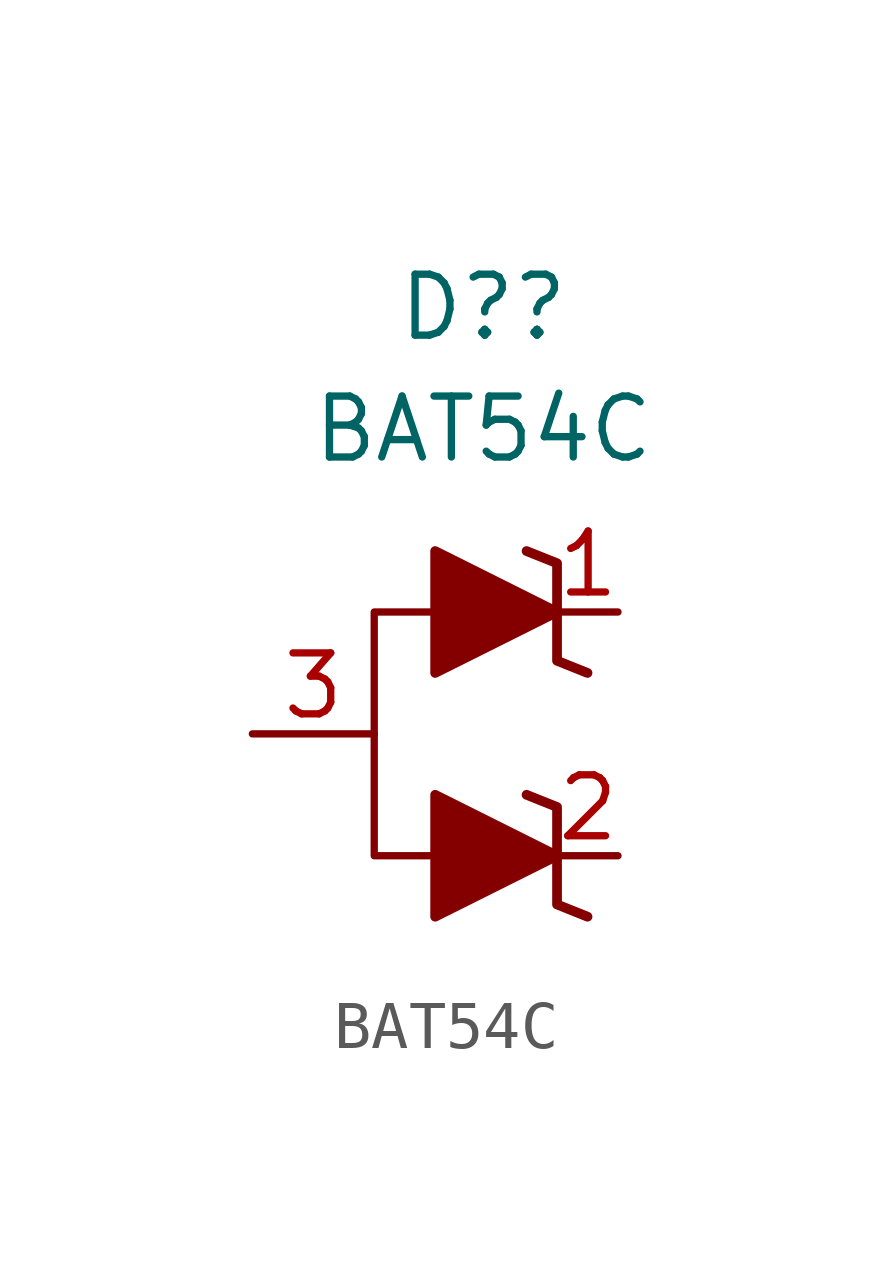
<source format=kicad_sym>
(kicad_symbol_lib
  (version 20211014)
  (generator kicad_symbol_editor)
  (symbol "BAT54C"
    (pin_names
      (offset 1.016) hide)
    (property "Reference" "D?"
      (at -0.267 6.35 0)
      (effects (font (size 1.27 1.27))))
    (property "Value" "BAT54C"
      (at -0.267 3.81 0)
      (effects (font (size 1.27 1.27))))
    (symbol "BAT54C_0_1"
      (polyline (pts (xy -1.27 0) (xy 1.27 0)) (stroke (width 0) (type default) (color 0 0 0 0)) (fill (type none)))
      (polyline (pts (xy -1.27 1.27) (xy -1.27 -1.27) (xy 1.27 0) (xy -1.27 1.27)) (stroke (width 0.203) (type default) (color 0 0 0 0)) (fill (type outline)))
      (polyline (pts (xy 0.635 1.27) (xy 1.27 1.016) (xy 1.27 -1.016) (xy 1.905 -1.27)) (stroke (width 0.203) (type default) (color 0 0 0 0)) (fill (type none)))
      (polyline (pts (xy -1.27 0) (xy -2.54 0) (xy -2.54 -2.54) (xy -2.54 -5.08) (xy -1.27 -5.08)) (stroke (width 0) (type default) (color 0 0 0 0)) (fill (type none))))
    (symbol "BAT54C_1_1"
      (polyline (pts (xy -1.27 -5.08) (xy 1.27 -5.08)) (stroke (width 0) (type default) (color 0 0 0 0)) (fill (type none)))
      (polyline (pts (xy -1.27 -3.81) (xy -1.27 -6.35) (xy 1.27 -5.08) (xy -1.27 -3.81)) (stroke (width 0.203) (type default) (color 0 0 0 0)) (fill (type outline)))
      (polyline (pts (xy 0.635 -3.81) (xy 1.27 -4.064) (xy 1.27 -6.096) (xy 1.905 -6.35)) (stroke (width 0.203) (type default) (color 0 0 0 0)) (fill (type none)))
      (pin passive line (at 2.54 0 180) (length 1.245) (name "A" (effects (font (size 1.27 1.27)))) (number "1" (effects (font (size 1.27 1.27)))))
      (pin passive line (at 2.54 -5.08 180) (length 1.245) (name "A" (effects (font (size 1.27 1.27)))) (number "2" (effects (font (size 1.27 1.27)))))
      (pin passive line (at -5.08 -2.54 0) (length 2.54) (name "K" (effects (font (size 1.27 1.27)))) (number "3" (effects (font (size 1.27 1.27))))))))
</source>
